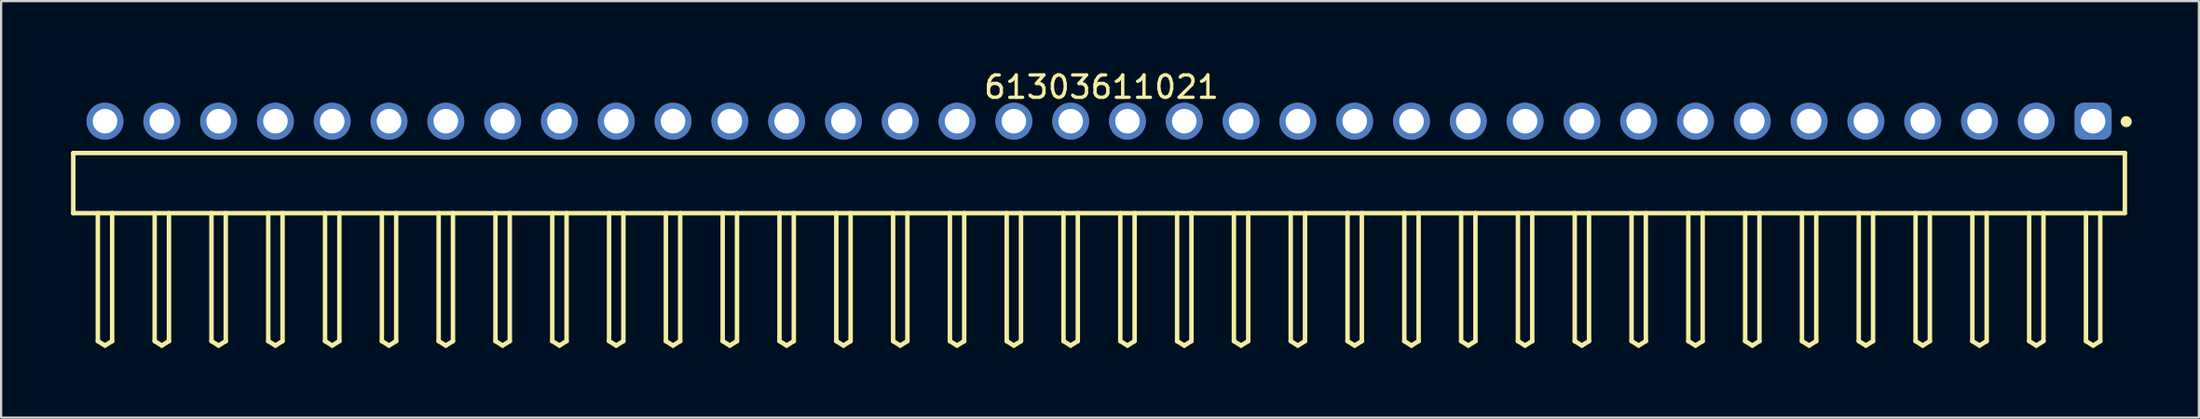
<source format=kicad_pcb>
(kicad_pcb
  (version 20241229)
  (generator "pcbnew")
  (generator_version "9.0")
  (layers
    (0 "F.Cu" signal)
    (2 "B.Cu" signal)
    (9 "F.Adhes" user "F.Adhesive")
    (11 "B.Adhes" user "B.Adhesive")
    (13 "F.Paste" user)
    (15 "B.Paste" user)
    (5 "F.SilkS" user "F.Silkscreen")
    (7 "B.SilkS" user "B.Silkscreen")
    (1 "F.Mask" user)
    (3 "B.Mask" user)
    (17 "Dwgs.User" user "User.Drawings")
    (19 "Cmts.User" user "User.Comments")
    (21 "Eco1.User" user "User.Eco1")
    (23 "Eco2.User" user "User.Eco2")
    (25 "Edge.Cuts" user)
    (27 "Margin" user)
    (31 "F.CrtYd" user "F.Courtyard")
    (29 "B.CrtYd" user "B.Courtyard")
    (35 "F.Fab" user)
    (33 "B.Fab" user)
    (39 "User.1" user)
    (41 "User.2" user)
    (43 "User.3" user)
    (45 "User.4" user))
  (footprint "61303611021"
    (layer "F.Cu")
    (at 46.095 5.143)
    (property "Reference" "61303611021" (at 0.105 -4.295 0) (layer "F.SilkS") (effects (font (size 1 1) (thickness 0.15))))
    (fp_line (start -45.87 -1.345) (end 45.87 -1.345) (stroke (width 0.2) (type solid)) (layer "F.SilkS"))
    (fp_line (start -45.87 1.345) (end -45.87 -1.345) (stroke (width 0.2) (type solid)) (layer "F.SilkS"))
    (fp_line (start -45.87 1.345) (end 45.87 1.345) (stroke (width 0.2) (type solid)) (layer "F.SilkS"))
    (fp_line (start -44.77 7.07) (end -44.77 1.345) (stroke (width 0.2) (type solid)) (layer "F.SilkS"))
    (fp_line (start -44.77 7.07) (end -44.45 7.27) (stroke (width 0.2) (type solid)) (layer "F.SilkS"))
    (fp_line (start -44.45 7.27) (end -44.13 7.07) (stroke (width 0.2) (type solid)) (layer "F.SilkS"))
    (fp_line (start -44.13 7.07) (end -44.13 1.345) (stroke (width 0.2) (type solid)) (layer "F.SilkS"))
    (fp_line (start -42.23 7.07) (end -42.23 1.345) (stroke (width 0.2) (type solid)) (layer "F.SilkS"))
    (fp_line (start -42.23 7.07) (end -41.91 7.27) (stroke (width 0.2) (type solid)) (layer "F.SilkS"))
    (fp_line (start -41.91 7.27) (end -41.59 7.07) (stroke (width 0.2) (type solid)) (layer "F.SilkS"))
    (fp_line (start -41.59 7.07) (end -41.59 1.345) (stroke (width 0.2) (type solid)) (layer "F.SilkS"))
    (fp_line (start -39.69 7.07) (end -39.69 1.345) (stroke (width 0.2) (type solid)) (layer "F.SilkS"))
    (fp_line (start -39.69 7.07) (end -39.37 7.27) (stroke (width 0.2) (type solid)) (layer "F.SilkS"))
    (fp_line (start -39.37 7.27) (end -39.05 7.07) (stroke (width 0.2) (type solid)) (layer "F.SilkS"))
    (fp_line (start -39.05 7.07) (end -39.05 1.345) (stroke (width 0.2) (type solid)) (layer "F.SilkS"))
    (fp_line (start -37.15 7.07) (end -37.15 1.345) (stroke (width 0.2) (type solid)) (layer "F.SilkS"))
    (fp_line (start -37.15 7.07) (end -36.83 7.27) (stroke (width 0.2) (type solid)) (layer "F.SilkS"))
    (fp_line (start -36.83 7.27) (end -36.51 7.07) (stroke (width 0.2) (type solid)) (layer "F.SilkS"))
    (fp_line (start -36.51 7.07) (end -36.51 1.345) (stroke (width 0.2) (type solid)) (layer "F.SilkS"))
    (fp_line (start -34.61 7.07) (end -34.61 1.345) (stroke (width 0.2) (type solid)) (layer "F.SilkS"))
    (fp_line (start -34.61 7.07) (end -34.29 7.27) (stroke (width 0.2) (type solid)) (layer "F.SilkS"))
    (fp_line (start -34.29 7.27) (end -33.97 7.07) (stroke (width 0.2) (type solid)) (layer "F.SilkS"))
    (fp_line (start -33.97 7.07) (end -33.97 1.345) (stroke (width 0.2) (type solid)) (layer "F.SilkS"))
    (fp_line (start -32.07 7.07) (end -32.07 1.345) (stroke (width 0.2) (type solid)) (layer "F.SilkS"))
    (fp_line (start -32.07 7.07) (end -31.75 7.27) (stroke (width 0.2) (type solid)) (layer "F.SilkS"))
    (fp_line (start -31.75 7.27) (end -31.43 7.07) (stroke (width 0.2) (type solid)) (layer "F.SilkS"))
    (fp_line (start -31.43 7.07) (end -31.43 1.345) (stroke (width 0.2) (type solid)) (layer "F.SilkS"))
    (fp_line (start -29.53 7.07) (end -29.53 1.345) (stroke (width 0.2) (type solid)) (layer "F.SilkS"))
    (fp_line (start -29.53 7.07) (end -29.21 7.27) (stroke (width 0.2) (type solid)) (layer "F.SilkS"))
    (fp_line (start -29.21 7.27) (end -28.89 7.07) (stroke (width 0.2) (type solid)) (layer "F.SilkS"))
    (fp_line (start -28.89 7.07) (end -28.89 1.345) (stroke (width 0.2) (type solid)) (layer "F.SilkS"))
    (fp_line (start -26.99 7.07) (end -26.99 1.345) (stroke (width 0.2) (type solid)) (layer "F.SilkS"))
    (fp_line (start -26.99 7.07) (end -26.67 7.27) (stroke (width 0.2) (type solid)) (layer "F.SilkS"))
    (fp_line (start -26.67 7.27) (end -26.35 7.07) (stroke (width 0.2) (type solid)) (layer "F.SilkS"))
    (fp_line (start -26.35 7.07) (end -26.35 1.345) (stroke (width 0.2) (type solid)) (layer "F.SilkS"))
    (fp_line (start -24.45 7.07) (end -24.45 1.345) (stroke (width 0.2) (type solid)) (layer "F.SilkS"))
    (fp_line (start -24.45 7.07) (end -24.13 7.27) (stroke (width 0.2) (type solid)) (layer "F.SilkS"))
    (fp_line (start -24.13 7.27) (end -23.81 7.07) (stroke (width 0.2) (type solid)) (layer "F.SilkS"))
    (fp_line (start -23.81 7.07) (end -23.81 1.345) (stroke (width 0.2) (type solid)) (layer "F.SilkS"))
    (fp_line (start -21.91 7.07) (end -21.91 1.345) (stroke (width 0.2) (type solid)) (layer "F.SilkS"))
    (fp_line (start -21.91 7.07) (end -21.59 7.27) (stroke (width 0.2) (type solid)) (layer "F.SilkS"))
    (fp_line (start -21.59 7.27) (end -21.27 7.07) (stroke (width 0.2) (type solid)) (layer "F.SilkS"))
    (fp_line (start -21.27 7.07) (end -21.27 1.345) (stroke (width 0.2) (type solid)) (layer "F.SilkS"))
    (fp_line (start -19.37 7.07) (end -19.37 1.345) (stroke (width 0.2) (type solid)) (layer "F.SilkS"))
    (fp_line (start -19.37 7.07) (end -19.05 7.27) (stroke (width 0.2) (type solid)) (layer "F.SilkS"))
    (fp_line (start -19.05 7.27) (end -18.73 7.07) (stroke (width 0.2) (type solid)) (layer "F.SilkS"))
    (fp_line (start -18.73 7.07) (end -18.73 1.345) (stroke (width 0.2) (type solid)) (layer "F.SilkS"))
    (fp_line (start -16.83 7.07) (end -16.83 1.345) (stroke (width 0.2) (type solid)) (layer "F.SilkS"))
    (fp_line (start -16.83 7.07) (end -16.51 7.27) (stroke (width 0.2) (type solid)) (layer "F.SilkS"))
    (fp_line (start -16.51 7.27) (end -16.19 7.07) (stroke (width 0.2) (type solid)) (layer "F.SilkS"))
    (fp_line (start -16.19 7.07) (end -16.19 1.345) (stroke (width 0.2) (type solid)) (layer "F.SilkS"))
    (fp_line (start -14.29 7.07) (end -14.29 1.345) (stroke (width 0.2) (type solid)) (layer "F.SilkS"))
    (fp_line (start -14.29 7.07) (end -13.97 7.27) (stroke (width 0.2) (type solid)) (layer "F.SilkS"))
    (fp_line (start -13.97 7.27) (end -13.65 7.07) (stroke (width 0.2) (type solid)) (layer "F.SilkS"))
    (fp_line (start -13.65 7.07) (end -13.65 1.345) (stroke (width 0.2) (type solid)) (layer "F.SilkS"))
    (fp_line (start -11.75 7.07) (end -11.75 1.345) (stroke (width 0.2) (type solid)) (layer "F.SilkS"))
    (fp_line (start -11.75 7.07) (end -11.43 7.27) (stroke (width 0.2) (type solid)) (layer "F.SilkS"))
    (fp_line (start -11.43 7.27) (end -11.11 7.07) (stroke (width 0.2) (type solid)) (layer "F.SilkS"))
    (fp_line (start -11.11 7.07) (end -11.11 1.345) (stroke (width 0.2) (type solid)) (layer "F.SilkS"))
    (fp_line (start -9.21 7.07) (end -9.21 1.345) (stroke (width 0.2) (type solid)) (layer "F.SilkS"))
    (fp_line (start -9.21 7.07) (end -8.89 7.27) (stroke (width 0.2) (type solid)) (layer "F.SilkS"))
    (fp_line (start -8.89 7.27) (end -8.57 7.07) (stroke (width 0.2) (type solid)) (layer "F.SilkS"))
    (fp_line (start -8.57 7.07) (end -8.57 1.345) (stroke (width 0.2) (type solid)) (layer "F.SilkS"))
    (fp_line (start -6.67 7.07) (end -6.67 1.345) (stroke (width 0.2) (type solid)) (layer "F.SilkS"))
    (fp_line (start -6.67 7.07) (end -6.35 7.27) (stroke (width 0.2) (type solid)) (layer "F.SilkS"))
    (fp_line (start -6.35 7.27) (end -6.03 7.07) (stroke (width 0.2) (type solid)) (layer "F.SilkS"))
    (fp_line (start -6.03 7.07) (end -6.03 1.345) (stroke (width 0.2) (type solid)) (layer "F.SilkS"))
    (fp_line (start -4.13 7.07) (end -4.13 1.345) (stroke (width 0.2) (type solid)) (layer "F.SilkS"))
    (fp_line (start -4.13 7.07) (end -3.81 7.27) (stroke (width 0.2) (type solid)) (layer "F.SilkS"))
    (fp_line (start -3.81 7.27) (end -3.49 7.07) (stroke (width 0.2) (type solid)) (layer "F.SilkS"))
    (fp_line (start -3.49 7.07) (end -3.49 1.345) (stroke (width 0.2) (type solid)) (layer "F.SilkS"))
    (fp_line (start -1.59 7.07) (end -1.59 1.345) (stroke (width 0.2) (type solid)) (layer "F.SilkS"))
    (fp_line (start -1.59 7.07) (end -1.27 7.27) (stroke (width 0.2) (type solid)) (layer "F.SilkS"))
    (fp_line (start -1.27 7.27) (end -0.95 7.07) (stroke (width 0.2) (type solid)) (layer "F.SilkS"))
    (fp_line (start -0.95 7.07) (end -0.95 1.345) (stroke (width 0.2) (type solid)) (layer "F.SilkS"))
    (fp_line (start 0.95 7.07) (end 0.95 1.345) (stroke (width 0.2) (type solid)) (layer "F.SilkS"))
    (fp_line (start 0.95 7.07) (end 1.27 7.27) (stroke (width 0.2) (type solid)) (layer "F.SilkS"))
    (fp_line (start 1.27 7.27) (end 1.59 7.07) (stroke (width 0.2) (type solid)) (layer "F.SilkS"))
    (fp_line (start 1.59 7.07) (end 1.59 1.345) (stroke (width 0.2) (type solid)) (layer "F.SilkS"))
    (fp_line (start 3.49 7.07) (end 3.49 1.345) (stroke (width 0.2) (type solid)) (layer "F.SilkS"))
    (fp_line (start 3.49 7.07) (end 3.81 7.27) (stroke (width 0.2) (type solid)) (layer "F.SilkS"))
    (fp_line (start 3.81 7.27) (end 4.13 7.07) (stroke (width 0.2) (type solid)) (layer "F.SilkS"))
    (fp_line (start 4.13 7.07) (end 4.13 1.345) (stroke (width 0.2) (type solid)) (layer "F.SilkS"))
    (fp_line (start 6.03 7.07) (end 6.03 1.345) (stroke (width 0.2) (type solid)) (layer "F.SilkS"))
    (fp_line (start 6.03 7.07) (end 6.35 7.27) (stroke (width 0.2) (type solid)) (layer "F.SilkS"))
    (fp_line (start 6.35 7.27) (end 6.67 7.07) (stroke (width 0.2) (type solid)) (layer "F.SilkS"))
    (fp_line (start 6.67 7.07) (end 6.67 1.345) (stroke (width 0.2) (type solid)) (layer "F.SilkS"))
    (fp_line (start 8.57 7.07) (end 8.57 1.345) (stroke (width 0.2) (type solid)) (layer "F.SilkS"))
    (fp_line (start 8.57 7.07) (end 8.89 7.27) (stroke (width 0.2) (type solid)) (layer "F.SilkS"))
    (fp_line (start 8.89 7.27) (end 9.21 7.07) (stroke (width 0.2) (type solid)) (layer "F.SilkS"))
    (fp_line (start 9.21 7.07) (end 9.21 1.345) (stroke (width 0.2) (type solid)) (layer "F.SilkS"))
    (fp_line (start 11.11 7.07) (end 11.11 1.345) (stroke (width 0.2) (type solid)) (layer "F.SilkS"))
    (fp_line (start 11.11 7.07) (end 11.43 7.27) (stroke (width 0.2) (type solid)) (layer "F.SilkS"))
    (fp_line (start 11.43 7.27) (end 11.75 7.07) (stroke (width 0.2) (type solid)) (layer "F.SilkS"))
    (fp_line (start 11.75 7.07) (end 11.75 1.345) (stroke (width 0.2) (type solid)) (layer "F.SilkS"))
    (fp_line (start 13.65 7.07) (end 13.65 1.345) (stroke (width 0.2) (type solid)) (layer "F.SilkS"))
    (fp_line (start 13.65 7.07) (end 13.97 7.27) (stroke (width 0.2) (type solid)) (layer "F.SilkS"))
    (fp_line (start 13.97 7.27) (end 14.29 7.07) (stroke (width 0.2) (type solid)) (layer "F.SilkS"))
    (fp_line (start 14.29 7.07) (end 14.29 1.345) (stroke (width 0.2) (type solid)) (layer "F.SilkS"))
    (fp_line (start 16.19 7.07) (end 16.19 1.345) (stroke (width 0.2) (type solid)) (layer "F.SilkS"))
    (fp_line (start 16.19 7.07) (end 16.51 7.27) (stroke (width 0.2) (type solid)) (layer "F.SilkS"))
    (fp_line (start 16.51 7.27) (end 16.83 7.07) (stroke (width 0.2) (type solid)) (layer "F.SilkS"))
    (fp_line (start 16.83 7.07) (end 16.83 1.345) (stroke (width 0.2) (type solid)) (layer "F.SilkS"))
    (fp_line (start 18.73 7.07) (end 18.73 1.345) (stroke (width 0.2) (type solid)) (layer "F.SilkS"))
    (fp_line (start 18.73 7.07) (end 19.05 7.27) (stroke (width 0.2) (type solid)) (layer "F.SilkS"))
    (fp_line (start 19.05 7.27) (end 19.37 7.07) (stroke (width 0.2) (type solid)) (layer "F.SilkS"))
    (fp_line (start 19.37 7.07) (end 19.37 1.345) (stroke (width 0.2) (type solid)) (layer "F.SilkS"))
    (fp_line (start 21.27 7.07) (end 21.27 1.345) (stroke (width 0.2) (type solid)) (layer "F.SilkS"))
    (fp_line (start 21.27 7.07) (end 21.59 7.27) (stroke (width 0.2) (type solid)) (layer "F.SilkS"))
    (fp_line (start 21.59 7.27) (end 21.91 7.07) (stroke (width 0.2) (type solid)) (layer "F.SilkS"))
    (fp_line (start 21.91 7.07) (end 21.91 1.345) (stroke (width 0.2) (type solid)) (layer "F.SilkS"))
    (fp_line (start 23.81 7.07) (end 23.81 1.345) (stroke (width 0.2) (type solid)) (layer "F.SilkS"))
    (fp_line (start 23.81 7.07) (end 24.13 7.27) (stroke (width 0.2) (type solid)) (layer "F.SilkS"))
    (fp_line (start 24.13 7.27) (end 24.45 7.07) (stroke (width 0.2) (type solid)) (layer "F.SilkS"))
    (fp_line (start 24.45 7.07) (end 24.45 1.345) (stroke (width 0.2) (type solid)) (layer "F.SilkS"))
    (fp_line (start 26.35 7.07) (end 26.35 1.345) (stroke (width 0.2) (type solid)) (layer "F.SilkS"))
    (fp_line (start 26.35 7.07) (end 26.67 7.27) (stroke (width 0.2) (type solid)) (layer "F.SilkS"))
    (fp_line (start 26.67 7.27) (end 26.99 7.07) (stroke (width 0.2) (type solid)) (layer "F.SilkS"))
    (fp_line (start 26.99 7.07) (end 26.99 1.345) (stroke (width 0.2) (type solid)) (layer "F.SilkS"))
    (fp_line (start 28.89 7.07) (end 28.89 1.345) (stroke (width 0.2) (type solid)) (layer "F.SilkS"))
    (fp_line (start 28.89 7.07) (end 29.21 7.27) (stroke (width 0.2) (type solid)) (layer "F.SilkS"))
    (fp_line (start 29.21 7.27) (end 29.53 7.07) (stroke (width 0.2) (type solid)) (layer "F.SilkS"))
    (fp_line (start 29.53 7.07) (end 29.53 1.345) (stroke (width 0.2) (type solid)) (layer "F.SilkS"))
    (fp_line (start 31.43 7.07) (end 31.43 1.345) (stroke (width 0.2) (type solid)) (layer "F.SilkS"))
    (fp_line (start 31.43 7.07) (end 31.75 7.27) (stroke (width 0.2) (type solid)) (layer "F.SilkS"))
    (fp_line (start 31.75 7.27) (end 32.07 7.07) (stroke (width 0.2) (type solid)) (layer "F.SilkS"))
    (fp_line (start 32.07 7.07) (end 32.07 1.345) (stroke (width 0.2) (type solid)) (layer "F.SilkS"))
    (fp_line (start 33.97 7.07) (end 33.97 1.345) (stroke (width 0.2) (type solid)) (layer "F.SilkS"))
    (fp_line (start 33.97 7.07) (end 34.29 7.27) (stroke (width 0.2) (type solid)) (layer "F.SilkS"))
    (fp_line (start 34.29 7.27) (end 34.61 7.07) (stroke (width 0.2) (type solid)) (layer "F.SilkS"))
    (fp_line (start 34.61 7.07) (end 34.61 1.345) (stroke (width 0.2) (type solid)) (layer "F.SilkS"))
    (fp_line (start 36.51 7.07) (end 36.51 1.345) (stroke (width 0.2) (type solid)) (layer "F.SilkS"))
    (fp_line (start 36.51 7.07) (end 36.83 7.27) (stroke (width 0.2) (type solid)) (layer "F.SilkS"))
    (fp_line (start 36.83 7.27) (end 37.15 7.07) (stroke (width 0.2) (type solid)) (layer "F.SilkS"))
    (fp_line (start 37.15 7.07) (end 37.15 1.345) (stroke (width 0.2) (type solid)) (layer "F.SilkS"))
    (fp_line (start 39.05 7.07) (end 39.05 1.345) (stroke (width 0.2) (type solid)) (layer "F.SilkS"))
    (fp_line (start 39.05 7.07) (end 39.37 7.27) (stroke (width 0.2) (type solid)) (layer "F.SilkS"))
    (fp_line (start 39.37 7.27) (end 39.69 7.07) (stroke (width 0.2) (type solid)) (layer "F.SilkS"))
    (fp_line (start 39.69 7.07) (end 39.69 1.345) (stroke (width 0.2) (type solid)) (layer "F.SilkS"))
    (fp_line (start 41.59 7.07) (end 41.59 1.345) (stroke (width 0.2) (type solid)) (layer "F.SilkS"))
    (fp_line (start 41.59 7.07) (end 41.91 7.27) (stroke (width 0.2) (type solid)) (layer "F.SilkS"))
    (fp_line (start 41.91 7.27) (end 42.23 7.07) (stroke (width 0.2) (type solid)) (layer "F.SilkS"))
    (fp_line (start 42.23 7.07) (end 42.23 1.345) (stroke (width 0.2) (type solid)) (layer "F.SilkS"))
    (fp_line (start 44.13 7.07) (end 44.13 1.345) (stroke (width 0.2) (type solid)) (layer "F.SilkS"))
    (fp_line (start 44.13 7.07) (end 44.45 7.27) (stroke (width 0.2) (type solid)) (layer "F.SilkS"))
    (fp_line (start 44.45 7.27) (end 44.77 7.07) (stroke (width 0.2) (type solid)) (layer "F.SilkS"))
    (fp_line (start 44.77 7.07) (end 44.77 1.345) (stroke (width 0.2) (type solid)) (layer "F.SilkS"))
    (fp_line (start 45.87 1.345) (end 45.87 -1.345) (stroke (width 0.2) (type solid)) (layer "F.SilkS"))
    (fp_circle (center 45.93 -2.75) (end 45.93 -2.875) (stroke (width 0.25) (type solid)) (fill no) (layer "F.SilkS"))
    (fp_line (start -46.07 -3.795) (end 46.07 -3.795) (stroke (width 0.05) (type solid)) (layer "Eco2.User"))
    (fp_line (start -46.07 7.47) (end -46.07 -3.795) (stroke (width 0.05) (type solid)) (layer "Eco2.User"))
    (fp_line (start -46.07 7.47) (end 46.07 7.47) (stroke (width 0.05) (type solid)) (layer "Eco2.User"))
    (fp_line (start -45.72 -1.27) (end 45.72 -1.27) (stroke (width 0.1) (type solid)) (layer "Eco2.User"))
    (fp_line (start -45.72 1.27) (end -45.72 -1.27) (stroke (width 0.1) (type solid)) (layer "Eco2.User"))
    (fp_line (start -45.72 1.27) (end 45.72 1.27) (stroke (width 0.1) (type solid)) (layer "Eco2.User"))
    (fp_line (start -44.77 -3.09) (end -44.13 -3.09) (stroke (width 0.1) (type solid)) (layer "Eco2.User"))
    (fp_line (start -44.77 -1.27) (end -44.77 -3.09) (stroke (width 0.1) (type solid)) (layer "Eco2.User"))
    (fp_line (start -44.77 7.07) (end -44.77 1.27) (stroke (width 0.1) (type solid)) (layer "Eco2.User"))
    (fp_line (start -44.77 7.07) (end -44.45 7.27) (stroke (width 0.1) (type solid)) (layer "Eco2.User"))
    (fp_line (start -44.45 7.27) (end -44.13 7.07) (stroke (width 0.1) (type solid)) (layer "Eco2.User"))
    (fp_line (start -44.13 -1.27) (end -44.13 -3.09) (stroke (width 0.1) (type solid)) (layer "Eco2.User"))
    (fp_line (start -44.13 7.07) (end -44.13 1.27) (stroke (width 0.1) (type solid)) (layer "Eco2.User"))
    (fp_line (start -42.23 -3.09) (end -41.59 -3.09) (stroke (width 0.1) (type solid)) (layer "Eco2.User"))
    (fp_line (start -42.23 -1.27) (end -42.23 -3.09) (stroke (width 0.1) (type solid)) (layer "Eco2.User"))
    (fp_line (start -42.23 7.07) (end -42.23 1.27) (stroke (width 0.1) (type solid)) (layer "Eco2.User"))
    (fp_line (start -42.23 7.07) (end -41.91 7.27) (stroke (width 0.1) (type solid)) (layer "Eco2.User"))
    (fp_line (start -41.91 7.27) (end -41.59 7.07) (stroke (width 0.1) (type solid)) (layer "Eco2.User"))
    (fp_line (start -41.59 -1.27) (end -41.59 -3.09) (stroke (width 0.1) (type solid)) (layer "Eco2.User"))
    (fp_line (start -41.59 7.07) (end -41.59 1.27) (stroke (width 0.1) (type solid)) (layer "Eco2.User"))
    (fp_line (start -39.69 -3.09) (end -39.05 -3.09) (stroke (width 0.1) (type solid)) (layer "Eco2.User"))
    (fp_line (start -39.69 -1.27) (end -39.69 -3.09) (stroke (width 0.1) (type solid)) (layer "Eco2.User"))
    (fp_line (start -39.69 7.07) (end -39.69 1.27) (stroke (width 0.1) (type solid)) (layer "Eco2.User"))
    (fp_line (start -39.69 7.07) (end -39.37 7.27) (stroke (width 0.1) (type solid)) (layer "Eco2.User"))
    (fp_line (start -39.37 7.27) (end -39.05 7.07) (stroke (width 0.1) (type solid)) (layer "Eco2.User"))
    (fp_line (start -39.05 -1.27) (end -39.05 -3.09) (stroke (width 0.1) (type solid)) (layer "Eco2.User"))
    (fp_line (start -39.05 7.07) (end -39.05 1.27) (stroke (width 0.1) (type solid)) (layer "Eco2.User"))
    (fp_line (start -37.15 -3.09) (end -36.51 -3.09) (stroke (width 0.1) (type solid)) (layer "Eco2.User"))
    (fp_line (start -37.15 -1.27) (end -37.15 -3.09) (stroke (width 0.1) (type solid)) (layer "Eco2.User"))
    (fp_line (start -37.15 7.07) (end -37.15 1.27) (stroke (width 0.1) (type solid)) (layer "Eco2.User"))
    (fp_line (start -37.15 7.07) (end -36.83 7.27) (stroke (width 0.1) (type solid)) (layer "Eco2.User"))
    (fp_line (start -36.83 7.27) (end -36.51 7.07) (stroke (width 0.1) (type solid)) (layer "Eco2.User"))
    (fp_line (start -36.51 -1.27) (end -36.51 -3.09) (stroke (width 0.1) (type solid)) (layer "Eco2.User"))
    (fp_line (start -36.51 7.07) (end -36.51 1.27) (stroke (width 0.1) (type solid)) (layer "Eco2.User"))
    (fp_line (start -34.61 -3.09) (end -33.97 -3.09) (stroke (width 0.1) (type solid)) (layer "Eco2.User"))
    (fp_line (start -34.61 -1.27) (end -34.61 -3.09) (stroke (width 0.1) (type solid)) (layer "Eco2.User"))
    (fp_line (start -34.61 7.07) (end -34.61 1.27) (stroke (width 0.1) (type solid)) (layer "Eco2.User"))
    (fp_line (start -34.61 7.07) (end -34.29 7.27) (stroke (width 0.1) (type solid)) (layer "Eco2.User"))
    (fp_line (start -34.29 7.27) (end -33.97 7.07) (stroke (width 0.1) (type solid)) (layer "Eco2.User"))
    (fp_line (start -33.97 -1.27) (end -33.97 -3.09) (stroke (width 0.1) (type solid)) (layer "Eco2.User"))
    (fp_line (start -33.97 7.07) (end -33.97 1.27) (stroke (width 0.1) (type solid)) (layer "Eco2.User"))
    (fp_line (start -32.07 -3.09) (end -31.43 -3.09) (stroke (width 0.1) (type solid)) (layer "Eco2.User"))
    (fp_line (start -32.07 -1.27) (end -32.07 -3.09) (stroke (width 0.1) (type solid)) (layer "Eco2.User"))
    (fp_line (start -32.07 7.07) (end -32.07 1.27) (stroke (width 0.1) (type solid)) (layer "Eco2.User"))
    (fp_line (start -32.07 7.07) (end -31.75 7.27) (stroke (width 0.1) (type solid)) (layer "Eco2.User"))
    (fp_line (start -31.75 7.27) (end -31.43 7.07) (stroke (width 0.1) (type solid)) (layer "Eco2.User"))
    (fp_line (start -31.43 -1.27) (end -31.43 -3.09) (stroke (width 0.1) (type solid)) (layer "Eco2.User"))
    (fp_line (start -31.43 7.07) (end -31.43 1.27) (stroke (width 0.1) (type solid)) (layer "Eco2.User"))
    (fp_line (start -29.53 -3.09) (end -28.89 -3.09) (stroke (width 0.1) (type solid)) (layer "Eco2.User"))
    (fp_line (start -29.53 -1.27) (end -29.53 -3.09) (stroke (width 0.1) (type solid)) (layer "Eco2.User"))
    (fp_line (start -29.53 7.07) (end -29.53 1.27) (stroke (width 0.1) (type solid)) (layer "Eco2.User"))
    (fp_line (start -29.53 7.07) (end -29.21 7.27) (stroke (width 0.1) (type solid)) (layer "Eco2.User"))
    (fp_line (start -29.21 7.27) (end -28.89 7.07) (stroke (width 0.1) (type solid)) (layer "Eco2.User"))
    (fp_line (start -28.89 -1.27) (end -28.89 -3.09) (stroke (width 0.1) (type solid)) (layer "Eco2.User"))
    (fp_line (start -28.89 7.07) (end -28.89 1.27) (stroke (width 0.1) (type solid)) (layer "Eco2.User"))
    (fp_line (start -26.99 -3.09) (end -26.35 -3.09) (stroke (width 0.1) (type solid)) (layer "Eco2.User"))
    (fp_line (start -26.99 -1.27) (end -26.99 -3.09) (stroke (width 0.1) (type solid)) (layer "Eco2.User"))
    (fp_line (start -26.99 7.07) (end -26.99 1.27) (stroke (width 0.1) (type solid)) (layer "Eco2.User"))
    (fp_line (start -26.99 7.07) (end -26.67 7.27) (stroke (width 0.1) (type solid)) (layer "Eco2.User"))
    (fp_line (start -26.67 7.27) (end -26.35 7.07) (stroke (width 0.1) (type solid)) (layer "Eco2.User"))
    (fp_line (start -26.35 -1.27) (end -26.35 -3.09) (stroke (width 0.1) (type solid)) (layer "Eco2.User"))
    (fp_line (start -26.35 7.07) (end -26.35 1.27) (stroke (width 0.1) (type solid)) (layer "Eco2.User"))
    (fp_line (start -24.45 -3.09) (end -23.81 -3.09) (stroke (width 0.1) (type solid)) (layer "Eco2.User"))
    (fp_line (start -24.45 -1.27) (end -24.45 -3.09) (stroke (width 0.1) (type solid)) (layer "Eco2.User"))
    (fp_line (start -24.45 7.07) (end -24.45 1.27) (stroke (width 0.1) (type solid)) (layer "Eco2.User"))
    (fp_line (start -24.45 7.07) (end -24.13 7.27) (stroke (width 0.1) (type solid)) (layer "Eco2.User"))
    (fp_line (start -24.13 7.27) (end -23.81 7.07) (stroke (width 0.1) (type solid)) (layer "Eco2.User"))
    (fp_line (start -23.81 -1.27) (end -23.81 -3.09) (stroke (width 0.1) (type solid)) (layer "Eco2.User"))
    (fp_line (start -23.81 7.07) (end -23.81 1.27) (stroke (width 0.1) (type solid)) (layer "Eco2.User"))
    (fp_line (start -21.91 -3.09) (end -21.27 -3.09) (stroke (width 0.1) (type solid)) (layer "Eco2.User"))
    (fp_line (start -21.91 -1.27) (end -21.91 -3.09) (stroke (width 0.1) (type solid)) (layer "Eco2.User"))
    (fp_line (start -21.91 7.07) (end -21.91 1.27) (stroke (width 0.1) (type solid)) (layer "Eco2.User"))
    (fp_line (start -21.91 7.07) (end -21.59 7.27) (stroke (width 0.1) (type solid)) (layer "Eco2.User"))
    (fp_line (start -21.59 7.27) (end -21.27 7.07) (stroke (width 0.1) (type solid)) (layer "Eco2.User"))
    (fp_line (start -21.27 -1.27) (end -21.27 -3.09) (stroke (width 0.1) (type solid)) (layer "Eco2.User"))
    (fp_line (start -21.27 7.07) (end -21.27 1.27) (stroke (width 0.1) (type solid)) (layer "Eco2.User"))
    (fp_line (start -19.37 -3.09) (end -18.73 -3.09) (stroke (width 0.1) (type solid)) (layer "Eco2.User"))
    (fp_line (start -19.37 -1.27) (end -19.37 -3.09) (stroke (width 0.1) (type solid)) (layer "Eco2.User"))
    (fp_line (start -19.37 7.07) (end -19.37 1.27) (stroke (width 0.1) (type solid)) (layer "Eco2.User"))
    (fp_line (start -19.37 7.07) (end -19.05 7.27) (stroke (width 0.1) (type solid)) (layer "Eco2.User"))
    (fp_line (start -19.05 7.27) (end -18.73 7.07) (stroke (width 0.1) (type solid)) (layer "Eco2.User"))
    (fp_line (start -18.73 -1.27) (end -18.73 -3.09) (stroke (width 0.1) (type solid)) (layer "Eco2.User"))
    (fp_line (start -18.73 7.07) (end -18.73 1.27) (stroke (width 0.1) (type solid)) (layer "Eco2.User"))
    (fp_line (start -16.83 -3.09) (end -16.19 -3.09) (stroke (width 0.1) (type solid)) (layer "Eco2.User"))
    (fp_line (start -16.83 -1.27) (end -16.83 -3.09) (stroke (width 0.1) (type solid)) (layer "Eco2.User"))
    (fp_line (start -16.83 7.07) (end -16.83 1.27) (stroke (width 0.1) (type solid)) (layer "Eco2.User"))
    (fp_line (start -16.83 7.07) (end -16.51 7.27) (stroke (width 0.1) (type solid)) (layer "Eco2.User"))
    (fp_line (start -16.51 7.27) (end -16.19 7.07) (stroke (width 0.1) (type solid)) (layer "Eco2.User"))
    (fp_line (start -16.19 -1.27) (end -16.19 -3.09) (stroke (width 0.1) (type solid)) (layer "Eco2.User"))
    (fp_line (start -16.19 7.07) (end -16.19 1.27) (stroke (width 0.1) (type solid)) (layer "Eco2.User"))
    (fp_line (start -14.29 -3.09) (end -13.65 -3.09) (stroke (width 0.1) (type solid)) (layer "Eco2.User"))
    (fp_line (start -14.29 -1.27) (end -14.29 -3.09) (stroke (width 0.1) (type solid)) (layer "Eco2.User"))
    (fp_line (start -14.29 7.07) (end -14.29 1.27) (stroke (width 0.1) (type solid)) (layer "Eco2.User"))
    (fp_line (start -14.29 7.07) (end -13.97 7.27) (stroke (width 0.1) (type solid)) (layer "Eco2.User"))
    (fp_line (start -13.97 7.27) (end -13.65 7.07) (stroke (width 0.1) (type solid)) (layer "Eco2.User"))
    (fp_line (start -13.65 -1.27) (end -13.65 -3.09) (stroke (width 0.1) (type solid)) (layer "Eco2.User"))
    (fp_line (start -13.65 7.07) (end -13.65 1.27) (stroke (width 0.1) (type solid)) (layer "Eco2.User"))
    (fp_line (start -11.75 -3.09) (end -11.11 -3.09) (stroke (width 0.1) (type solid)) (layer "Eco2.User"))
    (fp_line (start -11.75 -1.27) (end -11.75 -3.09) (stroke (width 0.1) (type solid)) (layer "Eco2.User"))
    (fp_line (start -11.75 7.07) (end -11.75 1.27) (stroke (width 0.1) (type solid)) (layer "Eco2.User"))
    (fp_line (start -11.75 7.07) (end -11.43 7.27) (stroke (width 0.1) (type solid)) (layer "Eco2.User"))
    (fp_line (start -11.43 7.27) (end -11.11 7.07) (stroke (width 0.1) (type solid)) (layer "Eco2.User"))
    (fp_line (start -11.11 -1.27) (end -11.11 -3.09) (stroke (width 0.1) (type solid)) (layer "Eco2.User"))
    (fp_line (start -11.11 7.07) (end -11.11 1.27) (stroke (width 0.1) (type solid)) (layer "Eco2.User"))
    (fp_line (start -9.21 -3.09) (end -8.57 -3.09) (stroke (width 0.1) (type solid)) (layer "Eco2.User"))
    (fp_line (start -9.21 -1.27) (end -9.21 -3.09) (stroke (width 0.1) (type solid)) (layer "Eco2.User"))
    (fp_line (start -9.21 7.07) (end -9.21 1.27) (stroke (width 0.1) (type solid)) (layer "Eco2.User"))
    (fp_line (start -9.21 7.07) (end -8.89 7.27) (stroke (width 0.1) (type solid)) (layer "Eco2.User"))
    (fp_line (start -8.89 7.27) (end -8.57 7.07) (stroke (width 0.1) (type solid)) (layer "Eco2.User"))
    (fp_line (start -8.57 -1.27) (end -8.57 -3.09) (stroke (width 0.1) (type solid)) (layer "Eco2.User"))
    (fp_line (start -8.57 7.07) (end -8.57 1.27) (stroke (width 0.1) (type solid)) (layer "Eco2.User"))
    (fp_line (start -6.67 -3.09) (end -6.03 -3.09) (stroke (width 0.1) (type solid)) (layer "Eco2.User"))
    (fp_line (start -6.67 -1.27) (end -6.67 -3.09) (stroke (width 0.1) (type solid)) (layer "Eco2.User"))
    (fp_line (start -6.67 7.07) (end -6.67 1.27) (stroke (width 0.1) (type solid)) (layer "Eco2.User"))
    (fp_line (start -6.67 7.07) (end -6.35 7.27) (stroke (width 0.1) (type solid)) (layer "Eco2.User"))
    (fp_line (start -6.35 7.27) (end -6.03 7.07) (stroke (width 0.1) (type solid)) (layer "Eco2.User"))
    (fp_line (start -6.03 -1.27) (end -6.03 -3.09) (stroke (width 0.1) (type solid)) (layer "Eco2.User"))
    (fp_line (start -6.03 7.07) (end -6.03 1.27) (stroke (width 0.1) (type solid)) (layer "Eco2.User"))
    (fp_line (start -4.13 -3.09) (end -3.49 -3.09) (stroke (width 0.1) (type solid)) (layer "Eco2.User"))
    (fp_line (start -4.13 -1.27) (end -4.13 -3.09) (stroke (width 0.1) (type solid)) (layer "Eco2.User"))
    (fp_line (start -4.13 7.07) (end -4.13 1.27) (stroke (width 0.1) (type solid)) (layer "Eco2.User"))
    (fp_line (start -4.13 7.07) (end -3.81 7.27) (stroke (width 0.1) (type solid)) (layer "Eco2.User"))
    (fp_line (start -3.81 7.27) (end -3.49 7.07) (stroke (width 0.1) (type solid)) (layer "Eco2.User"))
    (fp_line (start -3.49 -1.27) (end -3.49 -3.09) (stroke (width 0.1) (type solid)) (layer "Eco2.User"))
    (fp_line (start -3.49 7.07) (end -3.49 1.27) (stroke (width 0.1) (type solid)) (layer "Eco2.User"))
    (fp_line (start -1.59 -3.09) (end -0.95 -3.09) (stroke (width 0.1) (type solid)) (layer "Eco2.User"))
    (fp_line (start -1.59 -1.27) (end -1.59 -3.09) (stroke (width 0.1) (type solid)) (layer "Eco2.User"))
    (fp_line (start -1.59 7.07) (end -1.59 1.27) (stroke (width 0.1) (type solid)) (layer "Eco2.User"))
    (fp_line (start -1.59 7.07) (end -1.27 7.27) (stroke (width 0.1) (type solid)) (layer "Eco2.User"))
    (fp_line (start -1.27 7.27) (end -0.95 7.07) (stroke (width 0.1) (type solid)) (layer "Eco2.User"))
    (fp_line (start -0.95 -1.27) (end -0.95 -3.09) (stroke (width 0.1) (type solid)) (layer "Eco2.User"))
    (fp_line (start -0.95 7.07) (end -0.95 1.27) (stroke (width 0.1) (type solid)) (layer "Eco2.User"))
    (fp_line (start -0.5 0) (end 0.5 0) (stroke (width 0.05) (type solid)) (layer "Eco2.User"))
    (fp_line (start 0 0.5) (end 0 -0.5) (stroke (width 0.05) (type solid)) (layer "Eco2.User"))
    (fp_line (start 0.95 -3.09) (end 1.59 -3.09) (stroke (width 0.1) (type solid)) (layer "Eco2.User"))
    (fp_line (start 0.95 -1.27) (end 0.95 -3.09) (stroke (width 0.1) (type solid)) (layer "Eco2.User"))
    (fp_line (start 0.95 7.07) (end 0.95 1.27) (stroke (width 0.1) (type solid)) (layer "Eco2.User"))
    (fp_line (start 0.95 7.07) (end 1.27 7.27) (stroke (width 0.1) (type solid)) (layer "Eco2.User"))
    (fp_line (start 1.27 7.27) (end 1.59 7.07) (stroke (width 0.1) (type solid)) (layer "Eco2.User"))
    (fp_line (start 1.59 -1.27) (end 1.59 -3.09) (stroke (width 0.1) (type solid)) (layer "Eco2.User"))
    (fp_line (start 1.59 7.07) (end 1.59 1.27) (stroke (width 0.1) (type solid)) (layer "Eco2.User"))
    (fp_line (start 3.49 -3.09) (end 4.13 -3.09) (stroke (width 0.1) (type solid)) (layer "Eco2.User"))
    (fp_line (start 3.49 -1.27) (end 3.49 -3.09) (stroke (width 0.1) (type solid)) (layer "Eco2.User"))
    (fp_line (start 3.49 7.07) (end 3.49 1.27) (stroke (width 0.1) (type solid)) (layer "Eco2.User"))
    (fp_line (start 3.49 7.07) (end 3.81 7.27) (stroke (width 0.1) (type solid)) (layer "Eco2.User"))
    (fp_line (start 3.81 7.27) (end 4.13 7.07) (stroke (width 0.1) (type solid)) (layer "Eco2.User"))
    (fp_line (start 4.13 -1.27) (end 4.13 -3.09) (stroke (width 0.1) (type solid)) (layer "Eco2.User"))
    (fp_line (start 4.13 7.07) (end 4.13 1.27) (stroke (width 0.1) (type solid)) (layer "Eco2.User"))
    (fp_line (start 6.03 -3.09) (end 6.67 -3.09) (stroke (width 0.1) (type solid)) (layer "Eco2.User"))
    (fp_line (start 6.03 -1.27) (end 6.03 -3.09) (stroke (width 0.1) (type solid)) (layer "Eco2.User"))
    (fp_line (start 6.03 7.07) (end 6.03 1.27) (stroke (width 0.1) (type solid)) (layer "Eco2.User"))
    (fp_line (start 6.03 7.07) (end 6.35 7.27) (stroke (width 0.1) (type solid)) (layer "Eco2.User"))
    (fp_line (start 6.35 7.27) (end 6.67 7.07) (stroke (width 0.1) (type solid)) (layer "Eco2.User"))
    (fp_line (start 6.67 -1.27) (end 6.67 -3.09) (stroke (width 0.1) (type solid)) (layer "Eco2.User"))
    (fp_line (start 6.67 7.07) (end 6.67 1.27) (stroke (width 0.1) (type solid)) (layer "Eco2.User"))
    (fp_line (start 8.57 -3.09) (end 9.21 -3.09) (stroke (width 0.1) (type solid)) (layer "Eco2.User"))
    (fp_line (start 8.57 -1.27) (end 8.57 -3.09) (stroke (width 0.1) (type solid)) (layer "Eco2.User"))
    (fp_line (start 8.57 7.07) (end 8.57 1.27) (stroke (width 0.1) (type solid)) (layer "Eco2.User"))
    (fp_line (start 8.57 7.07) (end 8.89 7.27) (stroke (width 0.1) (type solid)) (layer "Eco2.User"))
    (fp_line (start 8.89 7.27) (end 9.21 7.07) (stroke (width 0.1) (type solid)) (layer "Eco2.User"))
    (fp_line (start 9.21 -1.27) (end 9.21 -3.09) (stroke (width 0.1) (type solid)) (layer "Eco2.User"))
    (fp_line (start 9.21 7.07) (end 9.21 1.27) (stroke (width 0.1) (type solid)) (layer "Eco2.User"))
    (fp_line (start 11.11 -3.09) (end 11.75 -3.09) (stroke (width 0.1) (type solid)) (layer "Eco2.User"))
    (fp_line (start 11.11 -1.27) (end 11.11 -3.09) (stroke (width 0.1) (type solid)) (layer "Eco2.User"))
    (fp_line (start 11.11 7.07) (end 11.11 1.27) (stroke (width 0.1) (type solid)) (layer "Eco2.User"))
    (fp_line (start 11.11 7.07) (end 11.43 7.27) (stroke (width 0.1) (type solid)) (layer "Eco2.User"))
    (fp_line (start 11.43 7.27) (end 11.75 7.07) (stroke (width 0.1) (type solid)) (layer "Eco2.User"))
    (fp_line (start 11.75 -1.27) (end 11.75 -3.09) (stroke (width 0.1) (type solid)) (layer "Eco2.User"))
    (fp_line (start 11.75 7.07) (end 11.75 1.27) (stroke (width 0.1) (type solid)) (layer "Eco2.User"))
    (fp_line (start 13.65 -3.09) (end 14.29 -3.09) (stroke (width 0.1) (type solid)) (layer "Eco2.User"))
    (fp_line (start 13.65 -1.27) (end 13.65 -3.09) (stroke (width 0.1) (type solid)) (layer "Eco2.User"))
    (fp_line (start 13.65 7.07) (end 13.65 1.27) (stroke (width 0.1) (type solid)) (layer "Eco2.User"))
    (fp_line (start 13.65 7.07) (end 13.97 7.27) (stroke (width 0.1) (type solid)) (layer "Eco2.User"))
    (fp_line (start 13.97 7.27) (end 14.29 7.07) (stroke (width 0.1) (type solid)) (layer "Eco2.User"))
    (fp_line (start 14.29 -1.27) (end 14.29 -3.09) (stroke (width 0.1) (type solid)) (layer "Eco2.User"))
    (fp_line (start 14.29 7.07) (end 14.29 1.27) (stroke (width 0.1) (type solid)) (layer "Eco2.User"))
    (fp_line (start 16.19 -3.09) (end 16.83 -3.09) (stroke (width 0.1) (type solid)) (layer "Eco2.User"))
    (fp_line (start 16.19 -1.27) (end 16.19 -3.09) (stroke (width 0.1) (type solid)) (layer "Eco2.User"))
    (fp_line (start 16.19 7.07) (end 16.19 1.27) (stroke (width 0.1) (type solid)) (layer "Eco2.User"))
    (fp_line (start 16.19 7.07) (end 16.51 7.27) (stroke (width 0.1) (type solid)) (layer "Eco2.User"))
    (fp_line (start 16.51 7.27) (end 16.83 7.07) (stroke (width 0.1) (type solid)) (layer "Eco2.User"))
    (fp_line (start 16.83 -1.27) (end 16.83 -3.09) (stroke (width 0.1) (type solid)) (layer "Eco2.User"))
    (fp_line (start 16.83 7.07) (end 16.83 1.27) (stroke (width 0.1) (type solid)) (layer "Eco2.User"))
    (fp_line (start 18.73 -3.09) (end 19.37 -3.09) (stroke (width 0.1) (type solid)) (layer "Eco2.User"))
    (fp_line (start 18.73 -1.27) (end 18.73 -3.09) (stroke (width 0.1) (type solid)) (layer "Eco2.User"))
    (fp_line (start 18.73 7.07) (end 18.73 1.27) (stroke (width 0.1) (type solid)) (layer "Eco2.User"))
    (fp_line (start 18.73 7.07) (end 19.05 7.27) (stroke (width 0.1) (type solid)) (layer "Eco2.User"))
    (fp_line (start 19.05 7.27) (end 19.37 7.07) (stroke (width 0.1) (type solid)) (layer "Eco2.User"))
    (fp_line (start 19.37 -1.27) (end 19.37 -3.09) (stroke (width 0.1) (type solid)) (layer "Eco2.User"))
    (fp_line (start 19.37 7.07) (end 19.37 1.27) (stroke (width 0.1) (type solid)) (layer "Eco2.User"))
    (fp_line (start 21.27 -3.09) (end 21.91 -3.09) (stroke (width 0.1) (type solid)) (layer "Eco2.User"))
    (fp_line (start 21.27 -1.27) (end 21.27 -3.09) (stroke (width 0.1) (type solid)) (layer "Eco2.User"))
    (fp_line (start 21.27 7.07) (end 21.27 1.27) (stroke (width 0.1) (type solid)) (layer "Eco2.User"))
    (fp_line (start 21.27 7.07) (end 21.59 7.27) (stroke (width 0.1) (type solid)) (layer "Eco2.User"))
    (fp_line (start 21.59 7.27) (end 21.91 7.07) (stroke (width 0.1) (type solid)) (layer "Eco2.User"))
    (fp_line (start 21.91 -1.27) (end 21.91 -3.09) (stroke (width 0.1) (type solid)) (layer "Eco2.User"))
    (fp_line (start 21.91 7.07) (end 21.91 1.27) (stroke (width 0.1) (type solid)) (layer "Eco2.User"))
    (fp_line (start 23.81 -3.09) (end 24.45 -3.09) (stroke (width 0.1) (type solid)) (layer "Eco2.User"))
    (fp_line (start 23.81 -1.27) (end 23.81 -3.09) (stroke (width 0.1) (type solid)) (layer "Eco2.User"))
    (fp_line (start 23.81 7.07) (end 23.81 1.27) (stroke (width 0.1) (type solid)) (layer "Eco2.User"))
    (fp_line (start 23.81 7.07) (end 24.13 7.27) (stroke (width 0.1) (type solid)) (layer "Eco2.User"))
    (fp_line (start 24.13 7.27) (end 24.45 7.07) (stroke (width 0.1) (type solid)) (layer "Eco2.User"))
    (fp_line (start 24.45 -1.27) (end 24.45 -3.09) (stroke (width 0.1) (type solid)) (layer "Eco2.User"))
    (fp_line (start 24.45 7.07) (end 24.45 1.27) (stroke (width 0.1) (type solid)) (layer "Eco2.User"))
    (fp_line (start 26.35 -3.09) (end 26.99 -3.09) (stroke (width 0.1) (type solid)) (layer "Eco2.User"))
    (fp_line (start 26.35 -1.27) (end 26.35 -3.09) (stroke (width 0.1) (type solid)) (layer "Eco2.User"))
    (fp_line (start 26.35 7.07) (end 26.35 1.27) (stroke (width 0.1) (type solid)) (layer "Eco2.User"))
    (fp_line (start 26.35 7.07) (end 26.67 7.27) (stroke (width 0.1) (type solid)) (layer "Eco2.User"))
    (fp_line (start 26.67 7.27) (end 26.99 7.07) (stroke (width 0.1) (type solid)) (layer "Eco2.User"))
    (fp_line (start 26.99 -1.27) (end 26.99 -3.09) (stroke (width 0.1) (type solid)) (layer "Eco2.User"))
    (fp_line (start 26.99 7.07) (end 26.99 1.27) (stroke (width 0.1) (type solid)) (layer "Eco2.User"))
    (fp_line (start 28.89 -3.09) (end 29.53 -3.09) (stroke (width 0.1) (type solid)) (layer "Eco2.User"))
    (fp_line (start 28.89 -1.27) (end 28.89 -3.09) (stroke (width 0.1) (type solid)) (layer "Eco2.User"))
    (fp_line (start 28.89 7.07) (end 28.89 1.27) (stroke (width 0.1) (type solid)) (layer "Eco2.User"))
    (fp_line (start 28.89 7.07) (end 29.21 7.27) (stroke (width 0.1) (type solid)) (layer "Eco2.User"))
    (fp_line (start 29.21 7.27) (end 29.53 7.07) (stroke (width 0.1) (type solid)) (layer "Eco2.User"))
    (fp_line (start 29.53 -1.27) (end 29.53 -3.09) (stroke (width 0.1) (type solid)) (layer "Eco2.User"))
    (fp_line (start 29.53 7.07) (end 29.53 1.27) (stroke (width 0.1) (type solid)) (layer "Eco2.User"))
    (fp_line (start 31.43 -3.09) (end 32.07 -3.09) (stroke (width 0.1) (type solid)) (layer "Eco2.User"))
    (fp_line (start 31.43 -1.27) (end 31.43 -3.09) (stroke (width 0.1) (type solid)) (layer "Eco2.User"))
    (fp_line (start 31.43 7.07) (end 31.43 1.27) (stroke (width 0.1) (type solid)) (layer "Eco2.User"))
    (fp_line (start 31.43 7.07) (end 31.75 7.27) (stroke (width 0.1) (type solid)) (layer "Eco2.User"))
    (fp_line (start 31.75 7.27) (end 32.07 7.07) (stroke (width 0.1) (type solid)) (layer "Eco2.User"))
    (fp_line (start 32.07 -1.27) (end 32.07 -3.09) (stroke (width 0.1) (type solid)) (layer "Eco2.User"))
    (fp_line (start 32.07 7.07) (end 32.07 1.27) (stroke (width 0.1) (type solid)) (layer "Eco2.User"))
    (fp_line (start 33.97 -3.09) (end 34.61 -3.09) (stroke (width 0.1) (type solid)) (layer "Eco2.User"))
    (fp_line (start 33.97 -1.27) (end 33.97 -3.09) (stroke (width 0.1) (type solid)) (layer "Eco2.User"))
    (fp_line (start 33.97 7.07) (end 33.97 1.27) (stroke (width 0.1) (type solid)) (layer "Eco2.User"))
    (fp_line (start 33.97 7.07) (end 34.29 7.27) (stroke (width 0.1) (type solid)) (layer "Eco2.User"))
    (fp_line (start 34.29 7.27) (end 34.61 7.07) (stroke (width 0.1) (type solid)) (layer "Eco2.User"))
    (fp_line (start 34.61 -1.27) (end 34.61 -3.09) (stroke (width 0.1) (type solid)) (layer "Eco2.User"))
    (fp_line (start 34.61 7.07) (end 34.61 1.27) (stroke (width 0.1) (type solid)) (layer "Eco2.User"))
    (fp_line (start 36.51 -3.09) (end 37.15 -3.09) (stroke (width 0.1) (type solid)) (layer "Eco2.User"))
    (fp_line (start 36.51 -1.27) (end 36.51 -3.09) (stroke (width 0.1) (type solid)) (layer "Eco2.User"))
    (fp_line (start 36.51 7.07) (end 36.51 1.27) (stroke (width 0.1) (type solid)) (layer "Eco2.User"))
    (fp_line (start 36.51 7.07) (end 36.83 7.27) (stroke (width 0.1) (type solid)) (layer "Eco2.User"))
    (fp_line (start 36.83 7.27) (end 37.15 7.07) (stroke (width 0.1) (type solid)) (layer "Eco2.User"))
    (fp_line (start 37.15 -1.27) (end 37.15 -3.09) (stroke (width 0.1) (type solid)) (layer "Eco2.User"))
    (fp_line (start 37.15 7.07) (end 37.15 1.27) (stroke (width 0.1) (type solid)) (layer "Eco2.User"))
    (fp_line (start 39.05 -3.09) (end 39.69 -3.09) (stroke (width 0.1) (type solid)) (layer "Eco2.User"))
    (fp_line (start 39.05 -1.27) (end 39.05 -3.09) (stroke (width 0.1) (type solid)) (layer "Eco2.User"))
    (fp_line (start 39.05 7.07) (end 39.05 1.27) (stroke (width 0.1) (type solid)) (layer "Eco2.User"))
    (fp_line (start 39.05 7.07) (end 39.37 7.27) (stroke (width 0.1) (type solid)) (layer "Eco2.User"))
    (fp_line (start 39.37 7.27) (end 39.69 7.07) (stroke (width 0.1) (type solid)) (layer "Eco2.User"))
    (fp_line (start 39.69 -1.27) (end 39.69 -3.09) (stroke (width 0.1) (type solid)) (layer "Eco2.User"))
    (fp_line (start 39.69 7.07) (end 39.69 1.27) (stroke (width 0.1) (type solid)) (layer "Eco2.User"))
    (fp_line (start 41.59 -3.09) (end 42.23 -3.09) (stroke (width 0.1) (type solid)) (layer "Eco2.User"))
    (fp_line (start 41.59 -1.27) (end 41.59 -3.09) (stroke (width 0.1) (type solid)) (layer "Eco2.User"))
    (fp_line (start 41.59 7.07) (end 41.59 1.27) (stroke (width 0.1) (type solid)) (layer "Eco2.User"))
    (fp_line (start 41.59 7.07) (end 41.91 7.27) (stroke (width 0.1) (type solid)) (layer "Eco2.User"))
    (fp_line (start 41.91 7.27) (end 42.23 7.07) (stroke (width 0.1) (type solid)) (layer "Eco2.User"))
    (fp_line (start 42.23 -1.27) (end 42.23 -3.09) (stroke (width 0.1) (type solid)) (layer "Eco2.User"))
    (fp_line (start 42.23 7.07) (end 42.23 1.27) (stroke (width 0.1) (type solid)) (layer "Eco2.User"))
    (fp_line (start 44.13 -3.09) (end 44.77 -3.09) (stroke (width 0.1) (type solid)) (layer "Eco2.User"))
    (fp_line (start 44.13 -1.27) (end 44.13 -3.09) (stroke (width 0.1) (type solid)) (layer "Eco2.User"))
    (fp_line (start 44.13 7.07) (end 44.13 1.27) (stroke (width 0.1) (type solid)) (layer "Eco2.User"))
    (fp_line (start 44.13 7.07) (end 44.45 7.27) (stroke (width 0.1) (type solid)) (layer "Eco2.User"))
    (fp_line (start 44.45 7.27) (end 44.77 7.07) (stroke (width 0.1) (type solid)) (layer "Eco2.User"))
    (fp_line (start 44.77 -1.27) (end 44.77 -3.09) (stroke (width 0.1) (type solid)) (layer "Eco2.User"))
    (fp_line (start 44.77 7.07) (end 44.77 1.27) (stroke (width 0.1) (type solid)) (layer "Eco2.User"))
    (fp_line (start 45.72 1.27) (end 45.72 -1.27) (stroke (width 0.1) (type solid)) (layer "Eco2.User"))
    (fp_line (start 46.07 7.47) (end 46.07 -3.795) (stroke (width 0.05) (type solid)) (layer "Eco2.User"))
    (fp_text user "${REFERENCE}" (at 0.15 -0.197 0) (unlocked yes) (layer "User.3") (effects (font (size 1.5 1.5) (thickness 0.15))))
    (pad "1" thru_hole roundrect (at 44.45 -2.77) (size 1.65 1.65) (drill 1.1) (layers "*.Cu" "*.Mask") (roundrect_rratio 0.25))
    (pad "2" thru_hole circle (at 41.91 -2.77) (size 1.65 1.65) (drill 1.1) (layers "*.Cu" "*.Mask"))
    (pad "3" thru_hole circle (at 39.37 -2.77) (size 1.65 1.65) (drill 1.1) (layers "*.Cu" "*.Mask"))
    (pad "4" thru_hole circle (at 36.83 -2.77) (size 1.65 1.65) (drill 1.1) (layers "*.Cu" "*.Mask"))
    (pad "5" thru_hole circle (at 34.29 -2.77) (size 1.65 1.65) (drill 1.1) (layers "*.Cu" "*.Mask"))
    (pad "6" thru_hole circle (at 31.75 -2.77) (size 1.65 1.65) (drill 1.1) (layers "*.Cu" "*.Mask"))
    (pad "7" thru_hole circle (at 29.21 -2.77) (size 1.65 1.65) (drill 1.1) (layers "*.Cu" "*.Mask"))
    (pad "8" thru_hole circle (at 26.67 -2.77) (size 1.65 1.65) (drill 1.1) (layers "*.Cu" "*.Mask"))
    (pad "9" thru_hole circle (at 24.13 -2.77) (size 1.65 1.65) (drill 1.1) (layers "*.Cu" "*.Mask"))
    (pad "10" thru_hole circle (at 21.59 -2.77) (size 1.65 1.65) (drill 1.1) (layers "*.Cu" "*.Mask"))
    (pad "11" thru_hole circle (at 19.05 -2.77) (size 1.65 1.65) (drill 1.1) (layers "*.Cu" "*.Mask"))
    (pad "12" thru_hole circle (at 16.51 -2.77) (size 1.65 1.65) (drill 1.1) (layers "*.Cu" "*.Mask"))
    (pad "13" thru_hole circle (at 13.97 -2.77) (size 1.65 1.65) (drill 1.1) (layers "*.Cu" "*.Mask"))
    (pad "14" thru_hole circle (at 11.43 -2.77) (size 1.65 1.65) (drill 1.1) (layers "*.Cu" "*.Mask"))
    (pad "15" thru_hole circle (at 8.89 -2.77) (size 1.65 1.65) (drill 1.1) (layers "*.Cu" "*.Mask"))
    (pad "16" thru_hole circle (at 6.35 -2.77) (size 1.65 1.65) (drill 1.1) (layers "*.Cu" "*.Mask"))
    (pad "17" thru_hole circle (at 3.81 -2.77) (size 1.65 1.65) (drill 1.1) (layers "*.Cu" "*.Mask"))
    (pad "18" thru_hole circle (at 1.27 -2.77) (size 1.65 1.65) (drill 1.1) (layers "*.Cu" "*.Mask"))
    (pad "19" thru_hole circle (at -1.27 -2.77) (size 1.65 1.65) (drill 1.1) (layers "*.Cu" "*.Mask"))
    (pad "20" thru_hole circle (at -3.81 -2.77) (size 1.65 1.65) (drill 1.1) (layers "*.Cu" "*.Mask"))
    (pad "21" thru_hole circle (at -6.35 -2.77) (size 1.65 1.65) (drill 1.1) (layers "*.Cu" "*.Mask"))
    (pad "22" thru_hole circle (at -8.89 -2.77) (size 1.65 1.65) (drill 1.1) (layers "*.Cu" "*.Mask"))
    (pad "23" thru_hole circle (at -11.43 -2.77) (size 1.65 1.65) (drill 1.1) (layers "*.Cu" "*.Mask"))
    (pad "24" thru_hole circle (at -13.97 -2.77) (size 1.65 1.65) (drill 1.1) (layers "*.Cu" "*.Mask"))
    (pad "25" thru_hole circle (at -16.51 -2.77) (size 1.65 1.65) (drill 1.1) (layers "*.Cu" "*.Mask"))
    (pad "26" thru_hole circle (at -19.05 -2.77) (size 1.65 1.65) (drill 1.1) (layers "*.Cu" "*.Mask"))
    (pad "27" thru_hole circle (at -21.59 -2.77) (size 1.65 1.65) (drill 1.1) (layers "*.Cu" "*.Mask"))
    (pad "28" thru_hole circle (at -24.13 -2.77) (size 1.65 1.65) (drill 1.1) (layers "*.Cu" "*.Mask"))
    (pad "29" thru_hole circle (at -26.67 -2.77) (size 1.65 1.65) (drill 1.1) (layers "*.Cu" "*.Mask"))
    (pad "30" thru_hole circle (at -29.21 -2.77) (size 1.65 1.65) (drill 1.1) (layers "*.Cu" "*.Mask"))
    (pad "31" thru_hole circle (at -31.75 -2.77) (size 1.65 1.65) (drill 1.1) (layers "*.Cu" "*.Mask"))
    (pad "32" thru_hole circle (at -34.29 -2.77) (size 1.65 1.65) (drill 1.1) (layers "*.Cu" "*.Mask"))
    (pad "33" thru_hole circle (at -36.83 -2.77) (size 1.65 1.65) (drill 1.1) (layers "*.Cu" "*.Mask"))
    (pad "34" thru_hole circle (at -39.37 -2.77) (size 1.65 1.65) (drill 1.1) (layers "*.Cu" "*.Mask"))
    (pad "35" thru_hole circle (at -41.91 -2.77) (size 1.65 1.65) (drill 1.1) (layers "*.Cu" "*.Mask"))
    (pad "36" thru_hole circle (at -44.45 -2.77) (size 1.65 1.65) (drill 1.1) (layers "*.Cu" "*.Mask")))
  (gr_rect
    (start -3 -3)
    (end 95.275 15.638)
    (stroke (width 0.1) (type default))
    (fill no)
    (layer "Edge.Cuts")))
</source>
